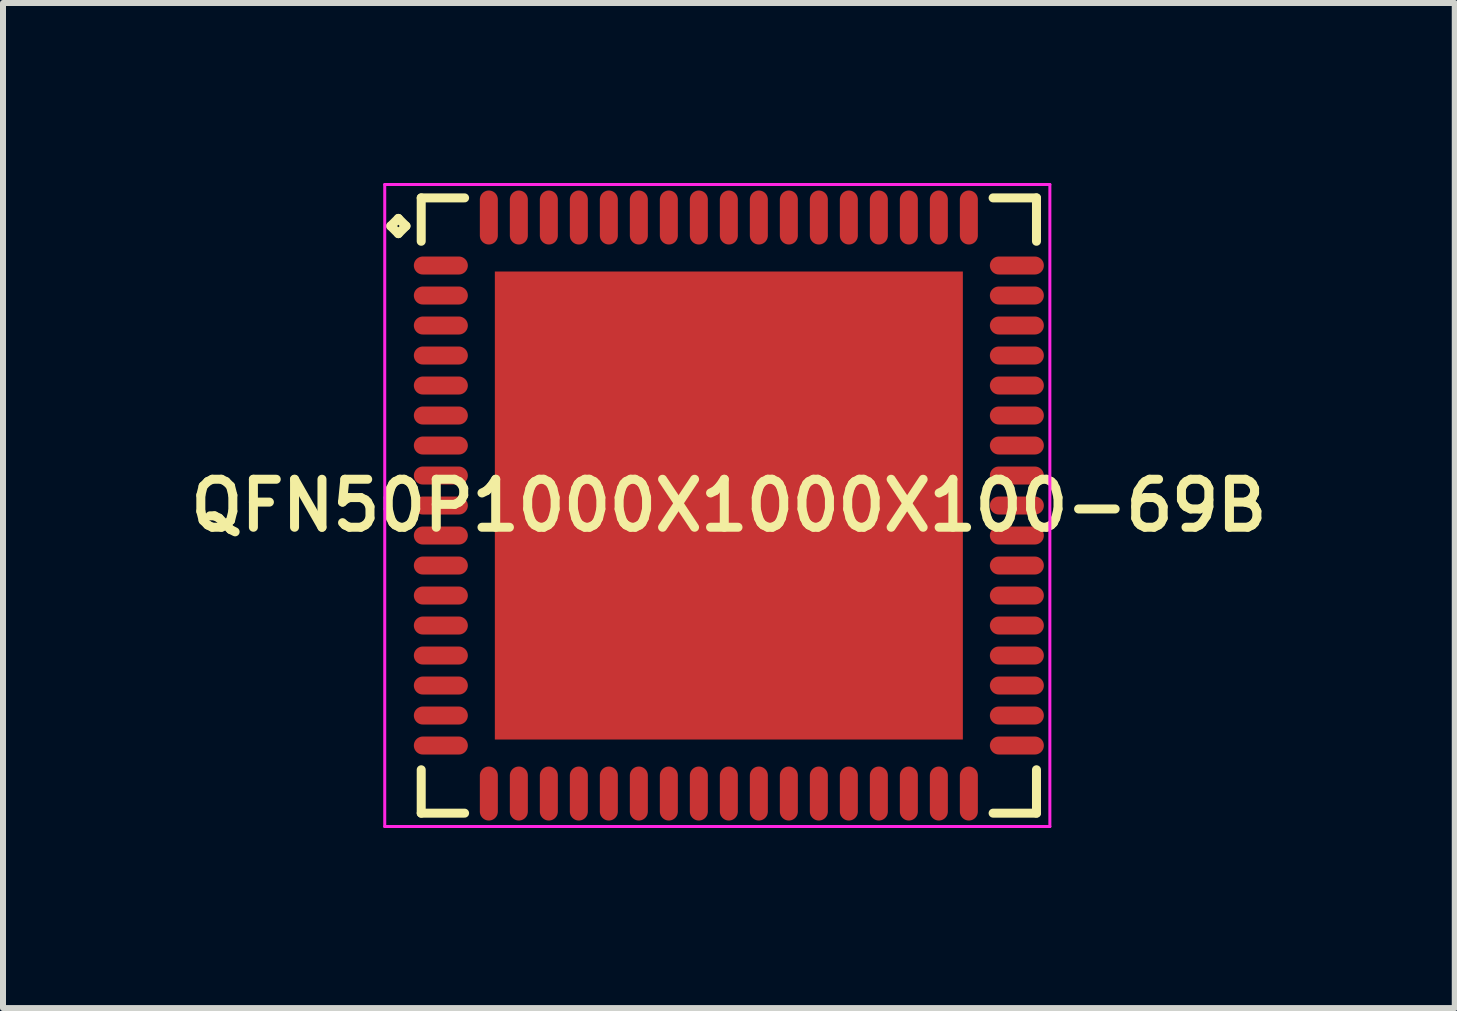
<source format=kicad_pcb>
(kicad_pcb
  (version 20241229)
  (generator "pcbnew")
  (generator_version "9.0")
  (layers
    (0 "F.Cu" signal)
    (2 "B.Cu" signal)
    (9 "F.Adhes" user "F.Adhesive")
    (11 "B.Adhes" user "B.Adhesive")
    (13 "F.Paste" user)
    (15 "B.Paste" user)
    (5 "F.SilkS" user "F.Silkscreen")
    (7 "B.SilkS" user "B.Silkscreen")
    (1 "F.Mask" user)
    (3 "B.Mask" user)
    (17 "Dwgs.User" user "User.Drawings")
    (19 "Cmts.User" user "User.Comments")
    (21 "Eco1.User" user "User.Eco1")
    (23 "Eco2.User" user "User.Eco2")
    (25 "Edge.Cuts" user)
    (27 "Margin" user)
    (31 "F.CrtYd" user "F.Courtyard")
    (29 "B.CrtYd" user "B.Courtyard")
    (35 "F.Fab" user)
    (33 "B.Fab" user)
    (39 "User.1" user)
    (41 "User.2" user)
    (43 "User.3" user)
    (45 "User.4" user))
  (footprint "QFN50P1000X1000X100-69B"
    (layer "F.Cu")
    (at 9.097 5.375)
    (property "Reference" "QFN50P1000X1000X100-69B" (at 0 0 0) (layer "F.SilkS") (effects (font (size 0.8 0.8) (thickness 0.15))))
    (attr smd)
    (fp_line (start -5.635 -4.658) (end -5.508 -4.785) (stroke (width 0.15) (type solid)) (layer "F.SilkS"))
    (fp_line (start -5.508 -4.785) (end -5.381 -4.658) (stroke (width 0.15) (type solid)) (layer "F.SilkS"))
    (fp_line (start -5.508 -4.531) (end -5.635 -4.658) (stroke (width 0.15) (type solid)) (layer "F.SilkS"))
    (fp_line (start -5.381 -4.658) (end -5.508 -4.531) (stroke (width 0.15) (type solid)) (layer "F.SilkS"))
    (fp_line (start -5.127 -5.127) (end -4.404 -5.127) (stroke (width 0.15) (type solid)) (layer "F.SilkS"))
    (fp_line (start -5.127 -4.404) (end -5.127 -5.127) (stroke (width 0.15) (type solid)) (layer "F.SilkS"))
    (fp_line (start -5.127 4.404) (end -5.127 5.127) (stroke (width 0.15) (type solid)) (layer "F.SilkS"))
    (fp_line (start -5.127 5.127) (end -4.404 5.127) (stroke (width 0.15) (type solid)) (layer "F.SilkS"))
    (fp_line (start 4.404 -5.127) (end 5.127 -5.127) (stroke (width 0.15) (type solid)) (layer "F.SilkS"))
    (fp_line (start 4.404 5.127) (end 5.127 5.127) (stroke (width 0.15) (type solid)) (layer "F.SilkS"))
    (fp_line (start 5.127 -5.127) (end 5.127 -4.404) (stroke (width 0.15) (type solid)) (layer "F.SilkS"))
    (fp_line (start 5.127 5.127) (end 5.127 4.404) (stroke (width 0.15) (type solid)) (layer "F.SilkS"))
    (fp_line (start -5.735 -5.35) (end 5.35 -5.35) (stroke (width 0.05) (type solid)) (layer "F.CrtYd"))
    (fp_line (start -5.735 5.35) (end -5.735 -5.35) (stroke (width 0.05) (type solid)) (layer "F.CrtYd"))
    (fp_line (start 5.35 -5.35) (end 5.35 5.35) (stroke (width 0.05) (type solid)) (layer "F.CrtYd"))
    (fp_line (start 5.35 5.35) (end -5.735 5.35) (stroke (width 0.05) (type solid)) (layer "F.CrtYd"))
    (pad "1" smd oval (at -4.8 -4) (size 0.9 0.3) (layers "F.Cu" "F.Mask" "F.Paste"))
    (pad "2" smd oval (at -4.8 -3.5) (size 0.9 0.3) (layers "F.Cu" "F.Mask" "F.Paste"))
    (pad "3" smd oval (at -4.8 -3) (size 0.9 0.3) (layers "F.Cu" "F.Mask" "F.Paste"))
    (pad "4" smd oval (at -4.8 -2.5) (size 0.9 0.3) (layers "F.Cu" "F.Mask" "F.Paste"))
    (pad "5" smd oval (at -4.8 -2) (size 0.9 0.3) (layers "F.Cu" "F.Mask" "F.Paste"))
    (pad "6" smd oval (at -4.8 -1.5) (size 0.9 0.3) (layers "F.Cu" "F.Mask" "F.Paste"))
    (pad "7" smd oval (at -4.8 -1) (size 0.9 0.3) (layers "F.Cu" "F.Mask" "F.Paste"))
    (pad "8" smd oval (at -4.8 -0.5) (size 0.9 0.3) (layers "F.Cu" "F.Mask" "F.Paste"))
    (pad "9" smd oval (at -4.8 0) (size 0.9 0.3) (layers "F.Cu" "F.Mask" "F.Paste"))
    (pad "10" smd oval (at -4.8 0.5) (size 0.9 0.3) (layers "F.Cu" "F.Mask" "F.Paste"))
    (pad "11" smd oval (at -4.8 1) (size 0.9 0.3) (layers "F.Cu" "F.Mask" "F.Paste"))
    (pad "12" smd oval (at -4.8 1.5) (size 0.9 0.3) (layers "F.Cu" "F.Mask" "F.Paste"))
    (pad "13" smd oval (at -4.8 2) (size 0.9 0.3) (layers "F.Cu" "F.Mask" "F.Paste"))
    (pad "14" smd oval (at -4.8 2.5) (size 0.9 0.3) (layers "F.Cu" "F.Mask" "F.Paste"))
    (pad "15" smd oval (at -4.8 3) (size 0.9 0.3) (layers "F.Cu" "F.Mask" "F.Paste"))
    (pad "16" smd oval (at -4.8 3.5) (size 0.9 0.3) (layers "F.Cu" "F.Mask" "F.Paste"))
    (pad "17" smd oval (at -4.8 4) (size 0.9 0.3) (layers "F.Cu" "F.Mask" "F.Paste"))
    (pad "18" smd oval (at -4 4.8) (size 0.3 0.9) (layers "F.Cu" "F.Mask" "F.Paste"))
    (pad "19" smd oval (at -3.5 4.8) (size 0.3 0.9) (layers "F.Cu" "F.Mask" "F.Paste"))
    (pad "20" smd oval (at -3 4.8) (size 0.3 0.9) (layers "F.Cu" "F.Mask" "F.Paste"))
    (pad "21" smd oval (at -2.5 4.8) (size 0.3 0.9) (layers "F.Cu" "F.Mask" "F.Paste"))
    (pad "22" smd oval (at -2 4.8) (size 0.3 0.9) (layers "F.Cu" "F.Mask" "F.Paste"))
    (pad "23" smd oval (at -1.5 4.8) (size 0.3 0.9) (layers "F.Cu" "F.Mask" "F.Paste"))
    (pad "24" smd oval (at -1 4.8) (size 0.3 0.9) (layers "F.Cu" "F.Mask" "F.Paste"))
    (pad "25" smd oval (at -0.5 4.8) (size 0.3 0.9) (layers "F.Cu" "F.Mask" "F.Paste"))
    (pad "26" smd oval (at 0 4.8) (size 0.3 0.9) (layers "F.Cu" "F.Mask" "F.Paste"))
    (pad "27" smd oval (at 0.5 4.8) (size 0.3 0.9) (layers "F.Cu" "F.Mask" "F.Paste"))
    (pad "28" smd oval (at 1 4.8) (size 0.3 0.9) (layers "F.Cu" "F.Mask" "F.Paste"))
    (pad "29" smd oval (at 1.5 4.8) (size 0.3 0.9) (layers "F.Cu" "F.Mask" "F.Paste"))
    (pad "30" smd oval (at 2 4.8) (size 0.3 0.9) (layers "F.Cu" "F.Mask" "F.Paste"))
    (pad "31" smd oval (at 2.5 4.8) (size 0.3 0.9) (layers "F.Cu" "F.Mask" "F.Paste"))
    (pad "32" smd oval (at 3 4.8) (size 0.3 0.9) (layers "F.Cu" "F.Mask" "F.Paste"))
    (pad "33" smd oval (at 3.5 4.8) (size 0.3 0.9) (layers "F.Cu" "F.Mask" "F.Paste"))
    (pad "34" smd oval (at 4 4.8) (size 0.3 0.9) (layers "F.Cu" "F.Mask" "F.Paste"))
    (pad "35" smd oval (at 4.8 4) (size 0.9 0.3) (layers "F.Cu" "F.Mask" "F.Paste"))
    (pad "36" smd oval (at 4.8 3.5) (size 0.9 0.3) (layers "F.Cu" "F.Mask" "F.Paste"))
    (pad "37" smd oval (at 4.8 3) (size 0.9 0.3) (layers "F.Cu" "F.Mask" "F.Paste"))
    (pad "38" smd oval (at 4.8 2.5) (size 0.9 0.3) (layers "F.Cu" "F.Mask" "F.Paste"))
    (pad "39" smd oval (at 4.8 2) (size 0.9 0.3) (layers "F.Cu" "F.Mask" "F.Paste"))
    (pad "40" smd oval (at 4.8 1.5) (size 0.9 0.3) (layers "F.Cu" "F.Mask" "F.Paste"))
    (pad "41" smd oval (at 4.8 1) (size 0.9 0.3) (layers "F.Cu" "F.Mask" "F.Paste"))
    (pad "42" smd oval (at 4.8 0.5) (size 0.9 0.3) (layers "F.Cu" "F.Mask" "F.Paste"))
    (pad "43" smd oval (at 4.8 0) (size 0.9 0.3) (layers "F.Cu" "F.Mask" "F.Paste"))
    (pad "44" smd oval (at 4.8 -0.5) (size 0.9 0.3) (layers "F.Cu" "F.Mask" "F.Paste"))
    (pad "45" smd oval (at 4.8 -1) (size 0.9 0.3) (layers "F.Cu" "F.Mask" "F.Paste"))
    (pad "46" smd oval (at 4.8 -1.5) (size 0.9 0.3) (layers "F.Cu" "F.Mask" "F.Paste"))
    (pad "47" smd oval (at 4.8 -2) (size 0.9 0.3) (layers "F.Cu" "F.Mask" "F.Paste"))
    (pad "48" smd oval (at 4.8 -2.5) (size 0.9 0.3) (layers "F.Cu" "F.Mask" "F.Paste"))
    (pad "49" smd oval (at 4.8 -3) (size 0.9 0.3) (layers "F.Cu" "F.Mask" "F.Paste"))
    (pad "50" smd oval (at 4.8 -3.5) (size 0.9 0.3) (layers "F.Cu" "F.Mask" "F.Paste"))
    (pad "51" smd oval (at 4.8 -4) (size 0.9 0.3) (layers "F.Cu" "F.Mask" "F.Paste"))
    (pad "52" smd oval (at 4 -4.8) (size 0.3 0.9) (layers "F.Cu" "F.Mask" "F.Paste"))
    (pad "53" smd oval (at 3.5 -4.8) (size 0.3 0.9) (layers "F.Cu" "F.Mask" "F.Paste"))
    (pad "54" smd oval (at 3 -4.8) (size 0.3 0.9) (layers "F.Cu" "F.Mask" "F.Paste"))
    (pad "55" smd oval (at 2.5 -4.8) (size 0.3 0.9) (layers "F.Cu" "F.Mask" "F.Paste"))
    (pad "56" smd oval (at 2 -4.8) (size 0.3 0.9) (layers "F.Cu" "F.Mask" "F.Paste"))
    (pad "57" smd oval (at 1.5 -4.8) (size 0.3 0.9) (layers "F.Cu" "F.Mask" "F.Paste"))
    (pad "58" smd oval (at 1 -4.8) (size 0.3 0.9) (layers "F.Cu" "F.Mask" "F.Paste"))
    (pad "59" smd oval (at 0.5 -4.8) (size 0.3 0.9) (layers "F.Cu" "F.Mask" "F.Paste"))
    (pad "60" smd oval (at 0 -4.8) (size 0.3 0.9) (layers "F.Cu" "F.Mask" "F.Paste"))
    (pad "61" smd oval (at -0.5 -4.8) (size 0.3 0.9) (layers "F.Cu" "F.Mask" "F.Paste"))
    (pad "62" smd oval (at -1 -4.8) (size 0.3 0.9) (layers "F.Cu" "F.Mask" "F.Paste"))
    (pad "63" smd oval (at -1.5 -4.8) (size 0.3 0.9) (layers "F.Cu" "F.Mask" "F.Paste"))
    (pad "64" smd oval (at -2 -4.8) (size 0.3 0.9) (layers "F.Cu" "F.Mask" "F.Paste"))
    (pad "65" smd oval (at -2.5 -4.8) (size 0.3 0.9) (layers "F.Cu" "F.Mask" "F.Paste"))
    (pad "66" smd oval (at -3 -4.8) (size 0.3 0.9) (layers "F.Cu" "F.Mask" "F.Paste"))
    (pad "67" smd oval (at -3.5 -4.8) (size 0.3 0.9) (layers "F.Cu" "F.Mask" "F.Paste"))
    (pad "68" smd oval (at -4 -4.8) (size 0.3 0.9) (layers "F.Cu" "F.Mask" "F.Paste"))
    (pad "69" smd rect (at 0 0) (size 7.8 7.8) (layers "F.Cu" "F.Mask" "F.Paste")))
  (gr_rect
    (start -3 -3)
    (end 21.195 13.75)
    (stroke (width 0.1) (type default))
    (fill no)
    (layer "Edge.Cuts")))
</source>
